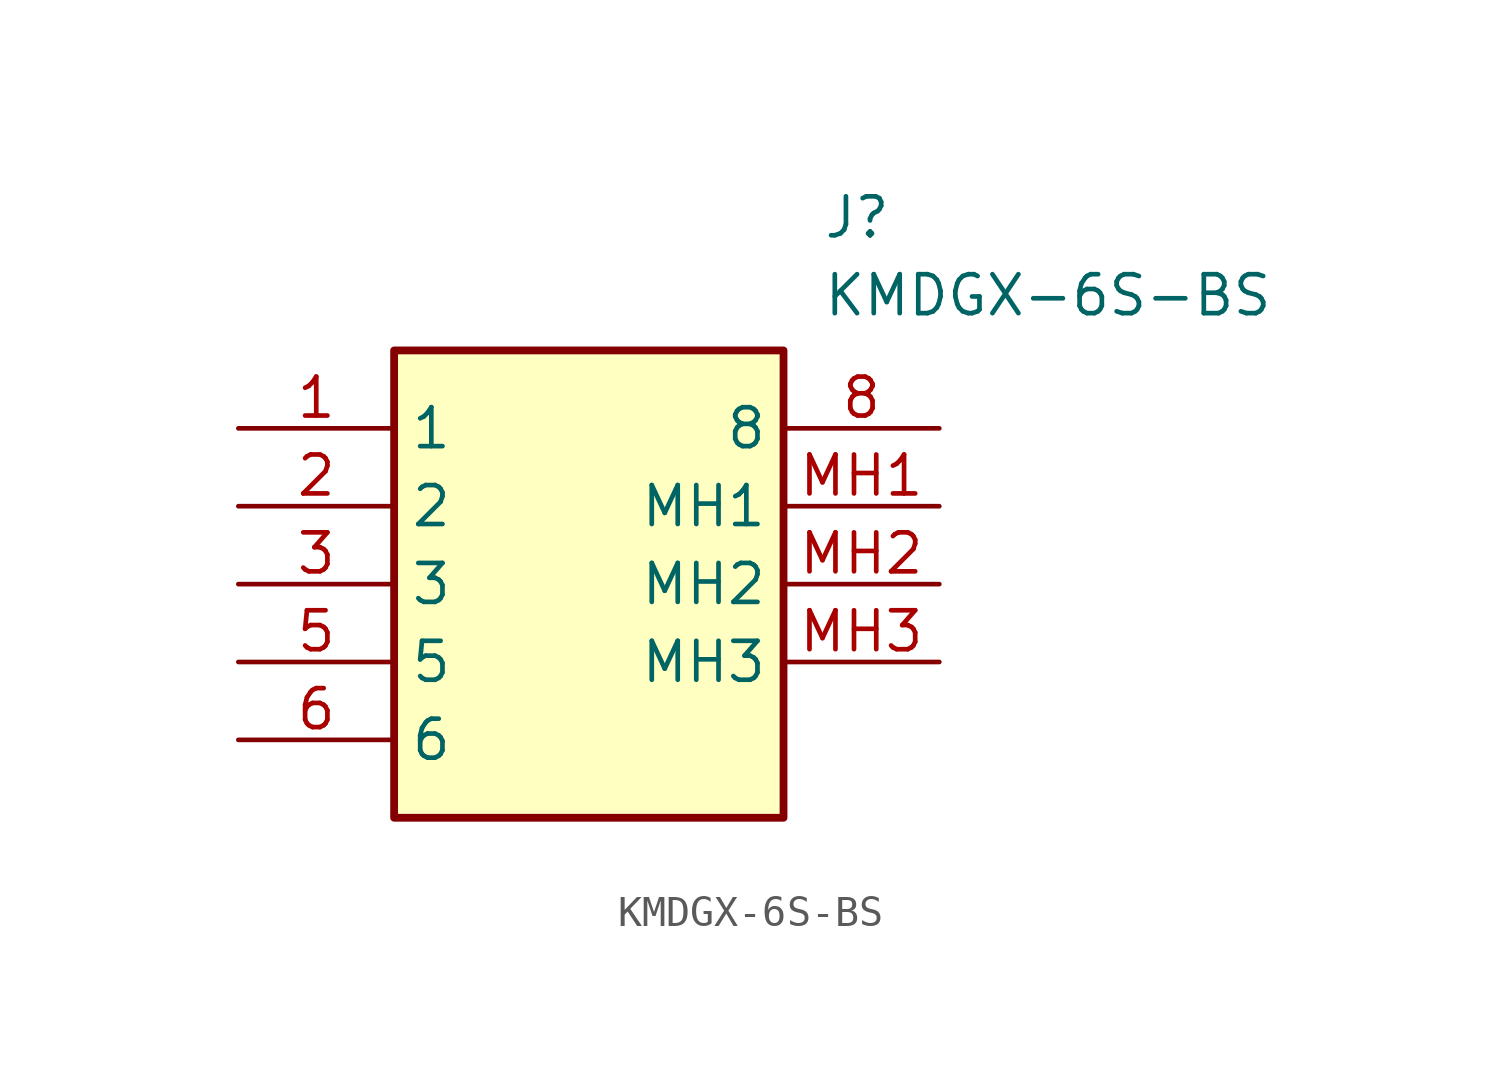
<source format=kicad_sym>
(kicad_symbol_lib
  (version 20211014)
  (generator SamacSys_ECAD_Model)
  (symbol "KMDGX-6S-BS"
    (property "Reference" "J"
      (at 19.05 7.62 0)
      (effects (font (size 1.27 1.27)) (justify left top)))
    (property "Value" "KMDGX-6S-BS"
      (at 19.05 5.08 0)
      (effects (font (size 1.27 1.27)) (justify left top)))
    (rectangle
      (start 5.08 2.54)
      (end 17.78 -12.7)
      (stroke (width 0.254) (type default))
      (fill (type background)))
    (pin passive line
      (at 0 0 0)
      (length 5.08)
      (name "1" (effects (font (size 1.27 1.27))))
      (number "1" (effects (font (size 1.27 1.27)))))
    (pin passive line
      (at 0 -2.54 0)
      (length 5.08)
      (name "2" (effects (font (size 1.27 1.27))))
      (number "2" (effects (font (size 1.27 1.27)))))
    (pin passive line
      (at 0 -5.08 0)
      (length 5.08)
      (name "3" (effects (font (size 1.27 1.27))))
      (number "3" (effects (font (size 1.27 1.27)))))
    (pin passive line
      (at 0 -7.62 0)
      (length 5.08)
      (name "5" (effects (font (size 1.27 1.27))))
      (number "5" (effects (font (size 1.27 1.27)))))
    (pin passive line
      (at 0 -10.16 0)
      (length 5.08)
      (name "6" (effects (font (size 1.27 1.27))))
      (number "6" (effects (font (size 1.27 1.27)))))
    (pin passive line
      (at 22.86 0 180)
      (length 5.08)
      (name "8" (effects (font (size 1.27 1.27))))
      (number "8" (effects (font (size 1.27 1.27)))))
    (pin passive line
      (at 22.86 -2.54 180)
      (length 5.08)
      (name "MH1" (effects (font (size 1.27 1.27))))
      (number "MH1" (effects (font (size 1.27 1.27)))))
    (pin passive line
      (at 22.86 -5.08 180)
      (length 5.08)
      (name "MH2" (effects (font (size 1.27 1.27))))
      (number "MH2" (effects (font (size 1.27 1.27)))))
    (pin passive line
      (at 22.86 -7.62 180)
      (length 5.08)
      (name "MH3" (effects (font (size 1.27 1.27))))
      (number "MH3" (effects (font (size 1.27 1.27)))))))
</source>
